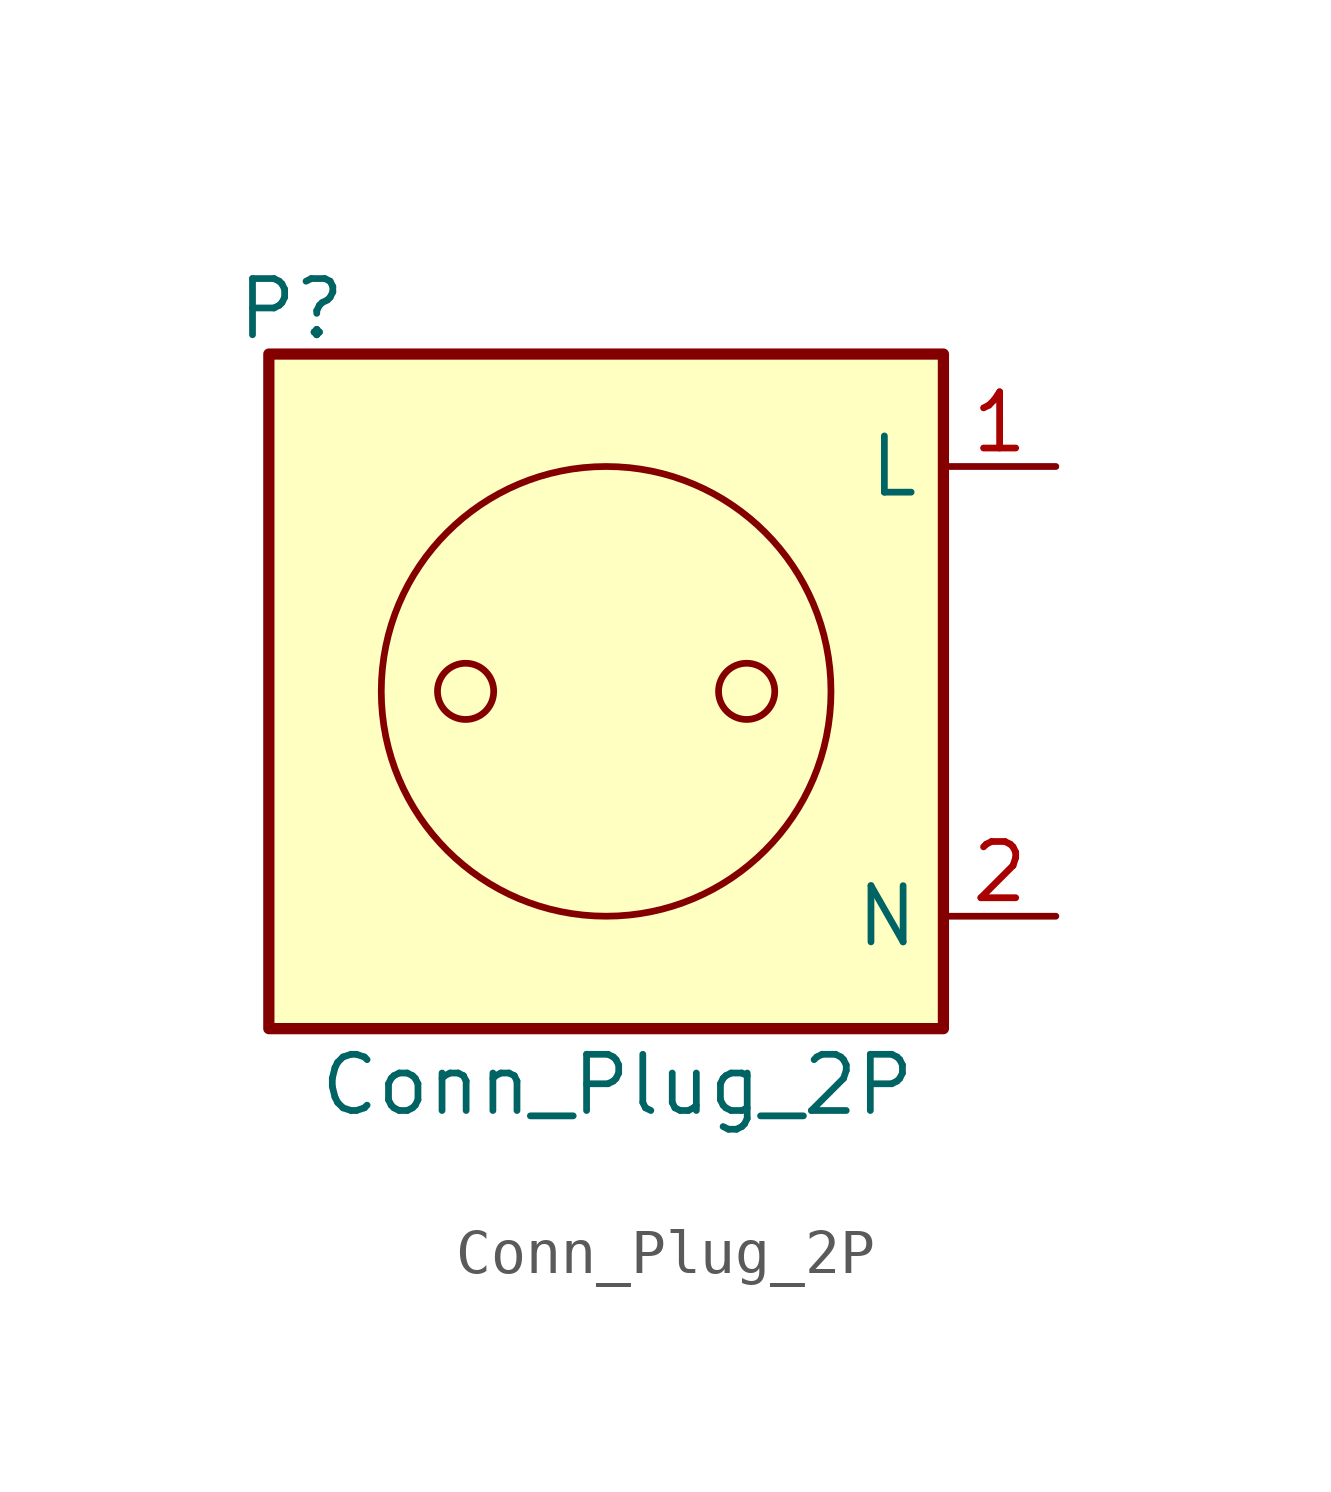
<source format=kicad_sym>
(kicad_symbol_lib
  (version 20241209)
  (generator "kicad_symbol_editor")
  (generator_version "9.0")
  (symbol "Conn_Plug_2P"
    (property "Reference" "P"
      (at -7.112 8.636 0)
      (effects (font (size 1.27 1.27))))
    (property "Value" "Conn_Plug_2P"
      (at 0.254 -8.89 0)
      (effects (font (size 1.27 1.27))))
    (symbol "Conn_Plug_2P_0_1"
      (circle (center 0 0) (radius 5.08) (stroke (width 0) (type default)) (fill (type none))))
    (symbol "Conn_Plug_2P_1_1"
      (rectangle (start -7.62 7.62) (end 7.62 -7.62) (stroke (width 0.254) (type default)) (fill (type background)))
      (circle (center -3.175 0) (radius 0.635) (stroke (width 0) (type default)) (fill (type none)))
      (circle (center 3.175 0) (radius 0.635) (stroke (width 0) (type default)) (fill (type none)))
      (pin power_in line (at 10.16 5.08 180) (length 2.54) (name "L" (effects (font (size 1.27 1.27)))) (number "1" (effects (font (size 1.27 1.27)))))
      (pin power_out line (at 10.16 -5.08 180) (length 2.54) (name "N" (effects (font (size 1.27 1.27)))) (number "2" (effects (font (size 1.27 1.27))))))))
</source>
